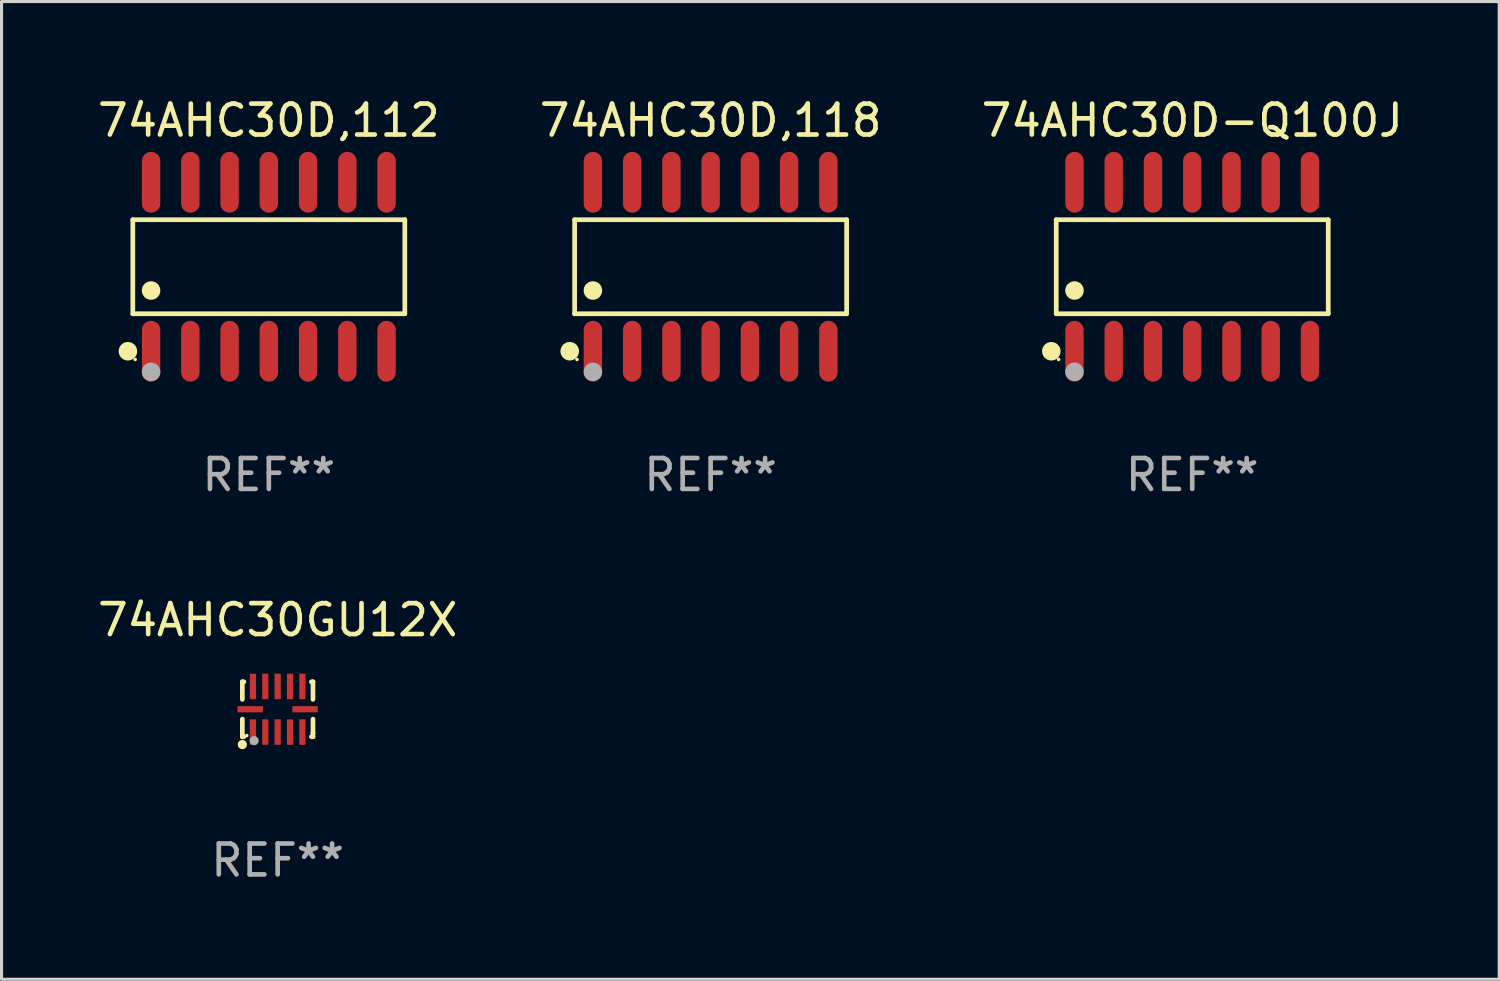
<source format=kicad_pcb>
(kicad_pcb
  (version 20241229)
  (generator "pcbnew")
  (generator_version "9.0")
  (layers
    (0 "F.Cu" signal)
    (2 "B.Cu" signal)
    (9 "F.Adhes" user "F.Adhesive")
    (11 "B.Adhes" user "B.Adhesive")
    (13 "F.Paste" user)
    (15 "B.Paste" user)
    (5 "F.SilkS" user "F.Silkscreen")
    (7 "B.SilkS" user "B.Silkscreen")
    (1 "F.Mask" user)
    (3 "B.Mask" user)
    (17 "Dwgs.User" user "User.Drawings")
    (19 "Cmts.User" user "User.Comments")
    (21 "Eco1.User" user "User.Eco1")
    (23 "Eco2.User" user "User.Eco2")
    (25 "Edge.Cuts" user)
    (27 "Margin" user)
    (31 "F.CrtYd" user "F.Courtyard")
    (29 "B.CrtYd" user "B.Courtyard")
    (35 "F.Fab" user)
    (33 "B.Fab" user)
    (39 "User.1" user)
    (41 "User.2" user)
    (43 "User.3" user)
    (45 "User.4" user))
  (footprint "74AHC30D,118"
    (layer "F.Cu")
    (at 19.946 5.582)
    (property "Reference" "74AHC30D,118" (at 0 -4.734 0) (layer "F.SilkS") (effects (font (size 1 1) (thickness 0.15))))
    (attr through_hole)
    (fp_line (start -4.401 -1.521) (end 4.401 -1.521) (stroke (width 0.152) (type solid)) (layer "F.SilkS"))
    (fp_line (start -4.401 1.521) (end -4.401 -1.521) (stroke (width 0.152) (type solid)) (layer "F.SilkS"))
    (fp_line (start 4.401 -1.521) (end 4.401 1.521) (stroke (width 0.152) (type solid)) (layer "F.SilkS"))
    (fp_line (start 4.401 1.521) (end -4.401 1.521) (stroke (width 0.152) (type solid)) (layer "F.SilkS"))
    (fp_circle (center -4.56 2.734) (end -4.41 2.734) (stroke (width 0.3) (type solid)) (fill no) (layer "F.SilkS"))
    (fp_circle (center -4.325 3) (end -4.295 3) (stroke (width 0.06) (type solid)) (fill no) (layer "F.SilkS"))
    (fp_circle (center -3.81 0.769) (end -3.66 0.769) (stroke (width 0.3) (type solid)) (fill no) (layer "F.SilkS"))
    (fp_circle (center -3.81 3.4) (end -3.66 3.4) (stroke (width 0.3) (type solid)) (fill no) (layer "F.Fab"))
    (fp_text user "REF**" (at 0 6.734 0) (layer "F.Fab") (effects (font (size 1 1) (thickness 0.15))))
    (pad "1" smd oval (at -3.81 2.734) (size 0.595 1.968) (layers "F.Cu" "F.Mask" "F.Paste"))
    (pad "2" smd oval (at -2.54 2.734) (size 0.595 1.968) (layers "F.Cu" "F.Mask" "F.Paste"))
    (pad "3" smd oval (at -1.27 2.734) (size 0.595 1.968) (layers "F.Cu" "F.Mask" "F.Paste"))
    (pad "4" smd oval (at 0 2.734) (size 0.595 1.968) (layers "F.Cu" "F.Mask" "F.Paste"))
    (pad "5" smd oval (at 1.27 2.734) (size 0.595 1.968) (layers "F.Cu" "F.Mask" "F.Paste"))
    (pad "6" smd oval (at 2.54 2.734) (size 0.595 1.968) (layers "F.Cu" "F.Mask" "F.Paste"))
    (pad "7" smd oval (at 3.81 2.734) (size 0.595 1.968) (layers "F.Cu" "F.Mask" "F.Paste"))
    (pad "8" smd oval (at 3.81 -2.734) (size 0.595 1.968) (layers "F.Cu" "F.Mask" "F.Paste"))
    (pad "9" smd oval (at 2.54 -2.734) (size 0.595 1.968) (layers "F.Cu" "F.Mask" "F.Paste"))
    (pad "10" smd oval (at 1.27 -2.734) (size 0.595 1.968) (layers "F.Cu" "F.Mask" "F.Paste"))
    (pad "11" smd oval (at 0 -2.734) (size 0.595 1.968) (layers "F.Cu" "F.Mask" "F.Paste"))
    (pad "12" smd oval (at -1.27 -2.734) (size 0.595 1.968) (layers "F.Cu" "F.Mask" "F.Paste"))
    (pad "13" smd oval (at -2.54 -2.734) (size 0.595 1.968) (layers "F.Cu" "F.Mask" "F.Paste"))
    (pad "14" smd oval (at -3.81 -2.734) (size 0.595 1.968) (layers "F.Cu" "F.Mask" "F.Paste")))
  (footprint "74AHC30D-Q100J"
    (layer "F.Cu")
    (at 35.53 5.582)
    (property "Reference" "74AHC30D-Q100J" (at 0 -4.734 0) (layer "F.SilkS") (effects (font (size 1 1) (thickness 0.15))))
    (attr through_hole)
    (fp_line (start -4.401 -1.521) (end 4.401 -1.521) (stroke (width 0.152) (type solid)) (layer "F.SilkS"))
    (fp_line (start -4.401 1.521) (end -4.401 -1.521) (stroke (width 0.152) (type solid)) (layer "F.SilkS"))
    (fp_line (start 4.401 -1.521) (end 4.401 1.521) (stroke (width 0.152) (type solid)) (layer "F.SilkS"))
    (fp_line (start 4.401 1.521) (end -4.401 1.521) (stroke (width 0.152) (type solid)) (layer "F.SilkS"))
    (fp_circle (center -4.56 2.734) (end -4.41 2.734) (stroke (width 0.3) (type solid)) (fill no) (layer "F.SilkS"))
    (fp_circle (center -4.325 3) (end -4.295 3) (stroke (width 0.06) (type solid)) (fill no) (layer "F.SilkS"))
    (fp_circle (center -3.81 0.769) (end -3.66 0.769) (stroke (width 0.3) (type solid)) (fill no) (layer "F.SilkS"))
    (fp_circle (center -3.81 3.4) (end -3.66 3.4) (stroke (width 0.3) (type solid)) (fill no) (layer "F.Fab"))
    (fp_text user "REF**" (at 0 6.734 0) (layer "F.Fab") (effects (font (size 1 1) (thickness 0.15))))
    (pad "1" smd oval (at -3.81 2.734) (size 0.595 1.968) (layers "F.Cu" "F.Mask" "F.Paste"))
    (pad "2" smd oval (at -2.54 2.734) (size 0.595 1.968) (layers "F.Cu" "F.Mask" "F.Paste"))
    (pad "3" smd oval (at -1.27 2.734) (size 0.595 1.968) (layers "F.Cu" "F.Mask" "F.Paste"))
    (pad "4" smd oval (at 0 2.734) (size 0.595 1.968) (layers "F.Cu" "F.Mask" "F.Paste"))
    (pad "5" smd oval (at 1.27 2.734) (size 0.595 1.968) (layers "F.Cu" "F.Mask" "F.Paste"))
    (pad "6" smd oval (at 2.54 2.734) (size 0.595 1.968) (layers "F.Cu" "F.Mask" "F.Paste"))
    (pad "7" smd oval (at 3.81 2.734) (size 0.595 1.968) (layers "F.Cu" "F.Mask" "F.Paste"))
    (pad "8" smd oval (at 3.81 -2.734) (size 0.595 1.968) (layers "F.Cu" "F.Mask" "F.Paste"))
    (pad "9" smd oval (at 2.54 -2.734) (size 0.595 1.968) (layers "F.Cu" "F.Mask" "F.Paste"))
    (pad "10" smd oval (at 1.27 -2.734) (size 0.595 1.968) (layers "F.Cu" "F.Mask" "F.Paste"))
    (pad "11" smd oval (at 0 -2.734) (size 0.595 1.968) (layers "F.Cu" "F.Mask" "F.Paste"))
    (pad "12" smd oval (at -1.27 -2.734) (size 0.595 1.968) (layers "F.Cu" "F.Mask" "F.Paste"))
    (pad "13" smd oval (at -2.54 -2.734) (size 0.595 1.968) (layers "F.Cu" "F.Mask" "F.Paste"))
    (pad "14" smd oval (at -3.81 -2.734) (size 0.595 1.968) (layers "F.Cu" "F.Mask" "F.Paste")))
  (footprint "74AHC30GU12X"
    (layer "F.Cu")
    (at 5.935 19.901)
    (property "Reference" "74AHC30GU12X" (at 0 -2.889 0) (layer "F.SilkS") (effects (font (size 1 1) (thickness 0.15))))
    (attr through_hole)
    (fp_line (start -1.143 -0.889) (end -1.143 -0.32) (stroke (width 0.152) (type solid)) (layer "F.SilkS"))
    (fp_line (start -1.143 0.32) (end -1.143 0.889) (stroke (width 0.152) (type solid)) (layer "F.SilkS"))
    (fp_line (start -1.143 0.889) (end -1.092 0.889) (stroke (width 0.152) (type solid)) (layer "F.SilkS"))
    (fp_line (start -1.092 -0.889) (end -1.143 -0.889) (stroke (width 0.152) (type solid)) (layer "F.SilkS"))
    (fp_line (start 1.092 0.889) (end 1.143 0.889) (stroke (width 0.152) (type solid)) (layer "F.SilkS"))
    (fp_line (start 1.143 -0.889) (end 1.092 -0.889) (stroke (width 0.152) (type solid)) (layer "F.SilkS"))
    (fp_line (start 1.143 -0.32) (end 1.143 -0.889) (stroke (width 0.152) (type solid)) (layer "F.SilkS"))
    (fp_line (start 1.143 0.762) (end 1.143 0.32) (stroke (width 0.152) (type solid)) (layer "F.SilkS"))
    (fp_line (start 1.143 0.889) (end 1.143 0.762) (stroke (width 0.152) (type solid)) (layer "F.SilkS"))
    (fp_circle (center -1.143 1.143) (end -1.068 1.143) (stroke (width 0.15) (type solid)) (fill no) (layer "F.SilkS"))
    (fp_circle (center -1 0.85) (end -0.97 0.85) (stroke (width 0.06) (type solid)) (fill no) (layer "F.SilkS"))
    (fp_circle (center -0.762 1.016) (end -0.687 1.016) (stroke (width 0.15) (type solid)) (fill no) (layer "F.Fab"))
    (fp_text user "REF**" (at 0 4.889 0) (layer "F.Fab") (effects (font (size 1 1) (thickness 0.15))))
    (pad "1" smd rect (at -0.8 0.738) (size 0.2 0.825) (layers "F.Cu" "F.Mask" "F.Paste"))
    (pad "2" smd rect (at -0.4 0.738) (size 0.2 0.825) (layers "F.Cu" "F.Mask" "F.Paste"))
    (pad "3" smd rect (at 0 0.738) (size 0.2 0.825) (layers "F.Cu" "F.Mask" "F.Paste"))
    (pad "4" smd rect (at 0.4 0.738) (size 0.2 0.825) (layers "F.Cu" "F.Mask" "F.Paste"))
    (pad "5" smd rect (at 0.8 0.738) (size 0.2 0.825) (layers "F.Cu" "F.Mask" "F.Paste"))
    (pad "6" smd rect (at 0.887 0) (size 0.825 0.2) (layers "F.Cu" "F.Mask" "F.Paste"))
    (pad "7" smd rect (at 0.8 -0.738) (size 0.2 0.825) (layers "F.Cu" "F.Mask" "F.Paste"))
    (pad "8" smd rect (at 0.4 -0.738) (size 0.2 0.825) (layers "F.Cu" "F.Mask" "F.Paste"))
    (pad "9" smd rect (at 0 -0.738) (size 0.2 0.825) (layers "F.Cu" "F.Mask" "F.Paste"))
    (pad "10" smd rect (at -0.4 -0.738) (size 0.2 0.825) (layers "F.Cu" "F.Mask" "F.Paste"))
    (pad "11" smd rect (at -0.8 -0.738) (size 0.2 0.825) (layers "F.Cu" "F.Mask" "F.Paste"))
    (pad "12" smd rect (at -0.887 0) (size 0.825 0.2) (layers "F.Cu" "F.Mask" "F.Paste")))
  (footprint "74AHC30D,112"
    (layer "F.Cu")
    (at 5.649 5.582)
    (property "Reference" "74AHC30D,112" (at 0 -4.734 0) (layer "F.SilkS") (effects (font (size 1 1) (thickness 0.15))))
    (attr through_hole)
    (fp_line (start -4.401 -1.521) (end 4.401 -1.521) (stroke (width 0.152) (type solid)) (layer "F.SilkS"))
    (fp_line (start -4.401 1.521) (end -4.401 -1.521) (stroke (width 0.152) (type solid)) (layer "F.SilkS"))
    (fp_line (start 4.401 -1.521) (end 4.401 1.521) (stroke (width 0.152) (type solid)) (layer "F.SilkS"))
    (fp_line (start 4.401 1.521) (end -4.401 1.521) (stroke (width 0.152) (type solid)) (layer "F.SilkS"))
    (fp_circle (center -4.56 2.734) (end -4.41 2.734) (stroke (width 0.3) (type solid)) (fill no) (layer "F.SilkS"))
    (fp_circle (center -4.325 3) (end -4.295 3) (stroke (width 0.06) (type solid)) (fill no) (layer "F.SilkS"))
    (fp_circle (center -3.81 0.769) (end -3.66 0.769) (stroke (width 0.3) (type solid)) (fill no) (layer "F.SilkS"))
    (fp_circle (center -3.81 3.4) (end -3.66 3.4) (stroke (width 0.3) (type solid)) (fill no) (layer "F.Fab"))
    (fp_text user "REF**" (at 0 6.734 0) (layer "F.Fab") (effects (font (size 1 1) (thickness 0.15))))
    (pad "1" smd oval (at -3.81 2.734) (size 0.595 1.968) (layers "F.Cu" "F.Mask" "F.Paste"))
    (pad "2" smd oval (at -2.54 2.734) (size 0.595 1.968) (layers "F.Cu" "F.Mask" "F.Paste"))
    (pad "3" smd oval (at -1.27 2.734) (size 0.595 1.968) (layers "F.Cu" "F.Mask" "F.Paste"))
    (pad "4" smd oval (at 0 2.734) (size 0.595 1.968) (layers "F.Cu" "F.Mask" "F.Paste"))
    (pad "5" smd oval (at 1.27 2.734) (size 0.595 1.968) (layers "F.Cu" "F.Mask" "F.Paste"))
    (pad "6" smd oval (at 2.54 2.734) (size 0.595 1.968) (layers "F.Cu" "F.Mask" "F.Paste"))
    (pad "7" smd oval (at 3.81 2.734) (size 0.595 1.968) (layers "F.Cu" "F.Mask" "F.Paste"))
    (pad "8" smd oval (at 3.81 -2.734) (size 0.595 1.968) (layers "F.Cu" "F.Mask" "F.Paste"))
    (pad "9" smd oval (at 2.54 -2.734) (size 0.595 1.968) (layers "F.Cu" "F.Mask" "F.Paste"))
    (pad "10" smd oval (at 1.27 -2.734) (size 0.595 1.968) (layers "F.Cu" "F.Mask" "F.Paste"))
    (pad "11" smd oval (at 0 -2.734) (size 0.595 1.968) (layers "F.Cu" "F.Mask" "F.Paste"))
    (pad "12" smd oval (at -1.27 -2.734) (size 0.595 1.968) (layers "F.Cu" "F.Mask" "F.Paste"))
    (pad "13" smd oval (at -2.54 -2.734) (size 0.595 1.968) (layers "F.Cu" "F.Mask" "F.Paste"))
    (pad "14" smd oval (at -3.81 -2.734) (size 0.595 1.968) (layers "F.Cu" "F.Mask" "F.Paste")))
  (gr_rect
    (start -3 -3)
    (end 45.464 28.639)
    (stroke (width 0.1) (type default))
    (fill no)
    (layer "Edge.Cuts")))
</source>
